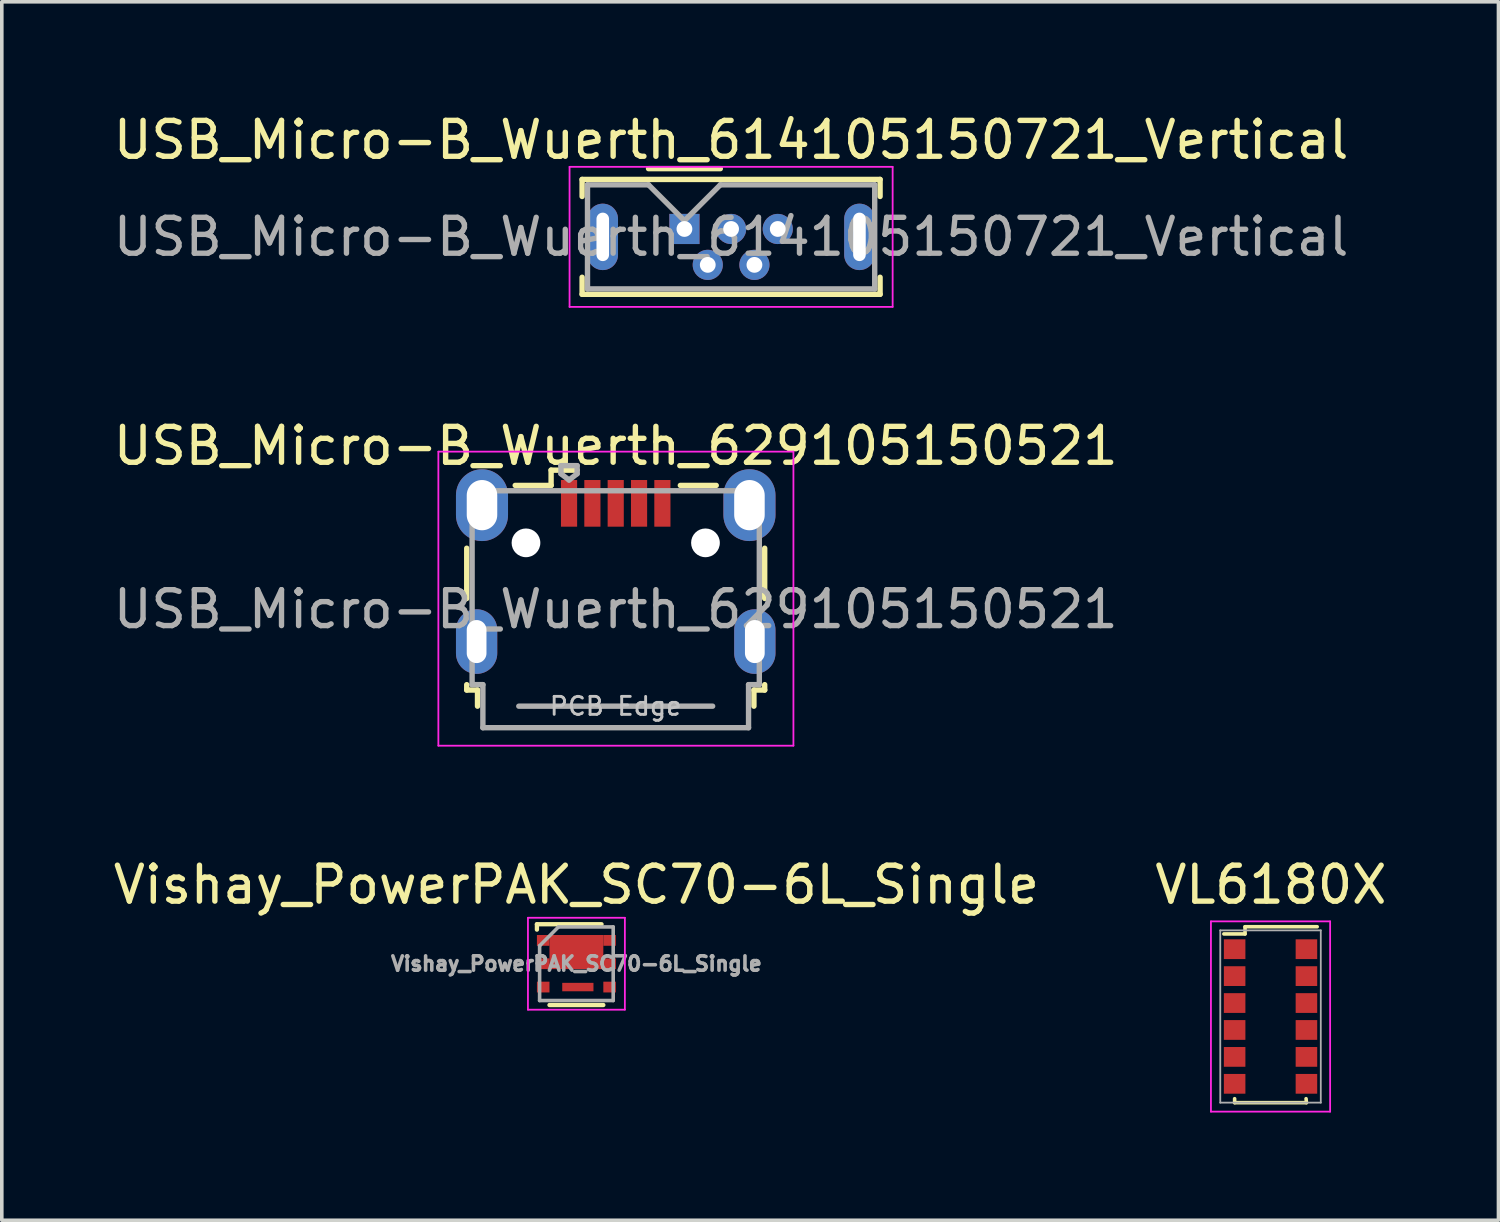
<source format=kicad_pcb>
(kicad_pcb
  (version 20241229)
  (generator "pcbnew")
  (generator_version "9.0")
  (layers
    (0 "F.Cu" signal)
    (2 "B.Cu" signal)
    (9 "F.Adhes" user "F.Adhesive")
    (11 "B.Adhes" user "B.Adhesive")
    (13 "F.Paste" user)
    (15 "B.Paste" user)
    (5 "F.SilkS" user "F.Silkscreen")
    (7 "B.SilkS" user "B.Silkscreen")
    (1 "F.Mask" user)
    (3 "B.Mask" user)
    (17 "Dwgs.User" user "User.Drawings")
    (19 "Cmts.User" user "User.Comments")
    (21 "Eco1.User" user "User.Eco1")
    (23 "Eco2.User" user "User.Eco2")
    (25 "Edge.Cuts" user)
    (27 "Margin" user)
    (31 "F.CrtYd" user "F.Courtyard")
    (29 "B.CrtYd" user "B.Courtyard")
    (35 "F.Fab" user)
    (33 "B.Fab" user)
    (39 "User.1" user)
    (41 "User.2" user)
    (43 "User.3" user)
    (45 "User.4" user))
  (footprint "USB_Micro-B_Wuerth_614105150721_Vertical"
    (layer "F.Cu")
    (at 16.015 3.328)
    (property "Reference" "USB_Micro-B_Wuerth_614105150721_Vertical" (at 1.3 -2.48 0) (layer "F.SilkS") (effects (font (size 1 1) (thickness 0.15))))
    (attr through_hole)
    (fp_line (start -2.85 -1.38) (end 5.45 -1.38) (stroke (width 0.15) (type solid)) (layer "F.SilkS"))
    (fp_line (start -2.85 -0.905) (end -2.85 -1.38) (stroke (width 0.15) (type solid)) (layer "F.SilkS"))
    (fp_line (start -2.85 1.345) (end -2.85 1.82) (stroke (width 0.15) (type solid)) (layer "F.SilkS"))
    (fp_line (start -2.85 1.82) (end 5.45 1.82) (stroke (width 0.15) (type solid)) (layer "F.SilkS"))
    (fp_line (start -1 -1.68) (end 1 -1.68) (stroke (width 0.15) (type solid)) (layer "F.SilkS"))
    (fp_line (start 5.45 -1.38) (end 5.45 -0.905) (stroke (width 0.15) (type solid)) (layer "F.SilkS"))
    (fp_line (start 5.45 1.82) (end 5.45 1.345) (stroke (width 0.15) (type solid)) (layer "F.SilkS"))
    (fp_line (start -3.2 -1.73) (end -3.2 2.17) (stroke (width 0.05) (type solid)) (layer "F.CrtYd"))
    (fp_line (start -3.2 2.17) (end 5.8 2.17) (stroke (width 0.05) (type solid)) (layer "F.CrtYd"))
    (fp_line (start 5.8 -1.73) (end -3.2 -1.73) (stroke (width 0.05) (type solid)) (layer "F.CrtYd"))
    (fp_line (start 5.8 2.17) (end 5.8 -1.73) (stroke (width 0.05) (type solid)) (layer "F.CrtYd"))
    (fp_line (start -2.7 -1.23) (end -1 -1.23) (stroke (width 0.15) (type solid)) (layer "F.Fab"))
    (fp_line (start -2.7 1.67) (end -2.7 -1.23) (stroke (width 0.15) (type solid)) (layer "F.Fab"))
    (fp_line (start -1 -1.23) (end 0 -0.23) (stroke (width 0.15) (type solid)) (layer "F.Fab"))
    (fp_line (start 0 -0.23) (end 1 -1.23) (stroke (width 0.15) (type solid)) (layer "F.Fab"))
    (fp_line (start 1 -1.23) (end 5.3 -1.23) (stroke (width 0.15) (type solid)) (layer "F.Fab"))
    (fp_line (start 5.3 -1.23) (end 5.3 1.67) (stroke (width 0.15) (type solid)) (layer "F.Fab"))
    (fp_line (start 5.3 1.67) (end -2.7 1.67) (stroke (width 0.15) (type solid)) (layer "F.Fab"))
    (fp_text user "${REFERENCE}" (at 1.3 0.22 0) (layer "F.Fab") (effects (font (size 1 1) (thickness 0.15))))
    (pad "1" thru_hole rect (at 0 0) (size 0.84 0.84) (drill 0.44) (layers "*.Cu" "*.Mask"))
    (pad "2" thru_hole circle (at 0.65 1) (size 0.84 0.84) (drill 0.44) (layers "*.Cu" "*.Mask"))
    (pad "3" thru_hole circle (at 1.3 0) (size 0.84 0.84) (drill 0.44) (layers "*.Cu" "*.Mask"))
    (pad "4" thru_hole circle (at 1.95 1) (size 0.84 0.84) (drill 0.44) (layers "*.Cu" "*.Mask"))
    (pad "5" thru_hole circle (at 2.6 0) (size 0.84 0.84) (drill 0.44) (layers "*.Cu" "*.Mask"))
    (pad "6" thru_hole oval (at -2.275 0.22) (size 0.85 1.85) (drill oval 0.35 1.35) (layers "*.Cu" "*.Mask"))
    (pad "6" thru_hole oval (at 4.875 0.22) (size 0.85 1.85) (drill oval 0.35 1.35) (layers "*.Cu" "*.Mask")))
  (footprint "USB_Micro-B_Wuerth_629105150521"
    (layer "F.Cu")
    (at 14.101 12.871)
    (property "Reference" "USB_Micro-B_Wuerth_629105150521" (at 0 -3.5 0) (layer "F.SilkS") (effects (font (size 1 1) (thickness 0.15))))
    (attr smd)
    (fp_line (start -4.15 -0.65) (end -4.15 0.75) (stroke (width 0.15) (type solid)) (layer "F.SilkS"))
    (fp_line (start -4.15 3.15) (end -4.15 3.3) (stroke (width 0.15) (type solid)) (layer "F.SilkS"))
    (fp_line (start -4.15 3.3) (end -3.85 3.3) (stroke (width 0.15) (type solid)) (layer "F.SilkS"))
    (fp_line (start -3.85 3.3) (end -3.85 3.75) (stroke (width 0.15) (type solid)) (layer "F.SilkS"))
    (fp_line (start -1.8 -2.825) (end -1.8 -2.4) (stroke (width 0.15) (type solid)) (layer "F.SilkS"))
    (fp_line (start -1.8 -2.4) (end -2.8 -2.4) (stroke (width 0.15) (type solid)) (layer "F.SilkS"))
    (fp_line (start -1.075 -2.825) (end -1.8 -2.825) (stroke (width 0.15) (type solid)) (layer "F.SilkS"))
    (fp_line (start 1.8 -2.4) (end 2.8 -2.4) (stroke (width 0.15) (type solid)) (layer "F.SilkS"))
    (fp_line (start 3.85 3.3) (end 4.15 3.3) (stroke (width 0.15) (type solid)) (layer "F.SilkS"))
    (fp_line (start 3.85 3.75) (end 3.85 3.3) (stroke (width 0.15) (type solid)) (layer "F.SilkS"))
    (fp_line (start 4.15 0.75) (end 4.15 -0.65) (stroke (width 0.15) (type solid)) (layer "F.SilkS"))
    (fp_line (start 4.15 3.3) (end 4.15 3.15) (stroke (width 0.15) (type solid)) (layer "F.SilkS"))
    (fp_line (start -4.94 -3.34) (end -4.94 4.85) (stroke (width 0.05) (type solid)) (layer "F.CrtYd"))
    (fp_line (start -4.94 4.85) (end 4.95 4.85) (stroke (width 0.05) (type solid)) (layer "F.CrtYd"))
    (fp_line (start 4.95 -3.34) (end -4.94 -3.34) (stroke (width 0.05) (type solid)) (layer "F.CrtYd"))
    (fp_line (start 4.95 4.85) (end 4.95 -3.34) (stroke (width 0.05) (type solid)) (layer "F.CrtYd"))
    (fp_line (start -4 -2.25) (end -4 3.15) (stroke (width 0.15) (type solid)) (layer "F.Fab"))
    (fp_line (start -4 3.15) (end -3.7 3.15) (stroke (width 0.15) (type solid)) (layer "F.Fab"))
    (fp_line (start -3.7 3.15) (end -3.7 4.35) (stroke (width 0.15) (type solid)) (layer "F.Fab"))
    (fp_line (start -3.7 4.35) (end 3.7 4.35) (stroke (width 0.15) (type solid)) (layer "F.Fab"))
    (fp_line (start -2.7 3.75) (end 2.7 3.75) (stroke (width 0.15) (type solid)) (layer "F.Fab"))
    (fp_line (start -1.525 -2.95) (end -1.075 -2.95) (stroke (width 0.15) (type solid)) (layer "F.Fab"))
    (fp_line (start -1.525 -2.725) (end -1.525 -2.95) (stroke (width 0.15) (type solid)) (layer "F.Fab"))
    (fp_line (start -1.3 -2.55) (end -1.525 -2.725) (stroke (width 0.15) (type solid)) (layer "F.Fab"))
    (fp_line (start -1.075 -2.95) (end -1.075 -2.725) (stroke (width 0.15) (type solid)) (layer "F.Fab"))
    (fp_line (start -1.075 -2.725) (end -1.3 -2.55) (stroke (width 0.15) (type solid)) (layer "F.Fab"))
    (fp_line (start 3.7 3.15) (end 4 3.15) (stroke (width 0.15) (type solid)) (layer "F.Fab"))
    (fp_line (start 3.7 4.35) (end 3.7 3.15) (stroke (width 0.15) (type solid)) (layer "F.Fab"))
    (fp_line (start 4 -2.25) (end -4 -2.25) (stroke (width 0.15) (type solid)) (layer "F.Fab"))
    (fp_line (start 4 3.15) (end 4 -2.25) (stroke (width 0.15) (type solid)) (layer "F.Fab"))
    (fp_text user "PCB Edge" (at 0 3.75 0) (layer "Dwgs.User") (effects (font (size 0.5 0.5) (thickness 0.08))))
    (fp_text user "${REFERENCE}" (at 0 1.05 0) (layer "F.Fab") (effects (font (size 1 1) (thickness 0.15))))
    (pad "" np_thru_hole oval (at -2.5 -0.8) (size 0.8 0.8) (drill 0.8) (layers "*.Cu" "*.Mask"))
    (pad "" np_thru_hole oval (at 2.5 -0.8) (size 0.8 0.8) (drill 0.8) (layers "*.Cu" "*.Mask"))
    (pad "1" smd rect (at -1.3 -1.9) (size 0.45 1.3) (layers "F.Cu" "F.Mask" "F.Paste"))
    (pad "2" smd rect (at -0.65 -1.9) (size 0.45 1.3) (layers "F.Cu" "F.Mask" "F.Paste"))
    (pad "3" smd rect (at 0 -1.9) (size 0.45 1.3) (layers "F.Cu" "F.Mask" "F.Paste"))
    (pad "4" smd rect (at 0.65 -1.9) (size 0.45 1.3) (layers "F.Cu" "F.Mask" "F.Paste"))
    (pad "5" smd rect (at 1.3 -1.9) (size 0.45 1.3) (layers "F.Cu" "F.Mask" "F.Paste"))
    (pad "6" thru_hole oval (at -3.875 1.95) (size 1.15 1.8) (drill oval 0.55 1.2) (layers "*.Cu" "*.Mask"))
    (pad "6" thru_hole oval (at -3.725 -1.85) (size 1.45 2) (drill oval 0.85 1.4) (layers "*.Cu" "*.Mask"))
    (pad "6" thru_hole oval (at 3.725 -1.85) (size 1.45 2) (drill oval 0.85 1.4) (layers "*.Cu" "*.Mask"))
    (pad "6" thru_hole oval (at 3.875 1.95) (size 1.15 1.8) (drill oval 0.55 1.2) (layers "*.Cu" "*.Mask")))
  (footprint "Vishay_PowerPAK_SC70-6L_Single"
    (layer "F.Cu")
    (at 13.006 23.795)
    (property "Reference" "Vishay_PowerPAK_SC70-6L_Single" (at 0 -2.2 0) (layer "F.SilkS") (effects (font (size 1 1) (thickness 0.15))))
    (attr smd)
    (fp_line (start -1.1 -1.1) (end -1.1 -0.95) (stroke (width 0.12) (type solid)) (layer "F.SilkS"))
    (fp_line (start -1.1 -1.1) (end 0.7 -1.1) (stroke (width 0.12) (type solid)) (layer "F.SilkS"))
    (fp_line (start 0.75 1.15) (end -0.75 1.15) (stroke (width 0.12) (type solid)) (layer "F.SilkS"))
    (fp_line (start -1.35 -1.28) (end 1.35 -1.28) (stroke (width 0.05) (type solid)) (layer "F.CrtYd"))
    (fp_line (start -1.35 1.28) (end -1.35 -1.28) (stroke (width 0.05) (type solid)) (layer "F.CrtYd"))
    (fp_line (start 1.35 -1.28) (end 1.35 1.28) (stroke (width 0.05) (type solid)) (layer "F.CrtYd"))
    (fp_line (start 1.35 1.28) (end -1.35 1.28) (stroke (width 0.05) (type solid)) (layer "F.CrtYd"))
    (fp_line (start -1.025 -0.5) (end -0.5 -1.025) (stroke (width 0.1) (type solid)) (layer "F.Fab"))
    (fp_line (start -1.025 1.025) (end -1.025 -0.5) (stroke (width 0.1) (type solid)) (layer "F.Fab"))
    (fp_line (start -0.5 -1.025) (end 1.025 -1.025) (stroke (width 0.1) (type solid)) (layer "F.Fab"))
    (fp_line (start 1.025 -1.025) (end 1.025 1.025) (stroke (width 0.1) (type solid)) (layer "F.Fab"))
    (fp_line (start 1.025 1.025) (end -1.025 1.025) (stroke (width 0.1) (type solid)) (layer "F.Fab"))
    (fp_text user "${REFERENCE}" (at 0 0 0) (layer "F.Fab") (effects (font (size 0.4 0.4) (thickness 0.1))))
    (pad "" smd rect (at -0.35 -0.325) (size 0.6 0.8) (layers "F.Cu" "F.Paste"))
    (pad "" smd rect (at 0.35 -0.325) (size 0.6 0.8) (layers "F.Cu" "F.Paste"))
    (pad "1" smd rect (at -0.925 -0.65) (size 0.35 0.3) (layers "F.Cu" "F.Mask" "F.Paste"))
    (pad "1" smd rect (at -0.925 0) (size 0.35 0.3) (layers "F.Cu" "F.Mask" "F.Paste"))
    (pad "1" smd rect (at 0 -0.325) (size 1.5 0.95) (layers "F.Cu" "F.Mask"))
    (pad "1" smd rect (at 0.925 -0.65) (size 0.35 0.3) (layers "F.Cu" "F.Mask" "F.Paste"))
    (pad "1" smd rect (at 0.925 0) (size 0.35 0.3) (layers "F.Cu" "F.Mask" "F.Paste"))
    (pad "3" smd rect (at -0.925 0.65) (size 0.35 0.3) (layers "F.Cu" "F.Mask" "F.Paste"))
    (pad "4" smd rect (at 0.04 0.65) (size 0.87 0.235) (layers "F.Cu" "F.Mask" "F.Paste"))
    (pad "4" smd rect (at 0.925 0.65) (size 0.35 0.3) (layers "F.Cu" "F.Mask" "F.Paste")))
  (footprint "VL6180X"
    (layer "F.Cu")
    (at 32.341 25.265)
    (property "Reference" "VL6180X" (at 0.01 -3.67 0) (layer "F.SilkS") (effects (font (size 1 1) (thickness 0.15))))
    (attr through_hole)
    (fp_line (start -1.3 -2.3) (end -0.71 -2.3) (stroke (width 0.1) (type solid)) (layer "F.SilkS"))
    (fp_line (start -1 2.29) (end -1 2.4) (stroke (width 0.1) (type solid)) (layer "F.SilkS"))
    (fp_line (start -1 2.4) (end 1 2.4) (stroke (width 0.1) (type solid)) (layer "F.SilkS"))
    (fp_line (start -0.71 -2.5) (end 1.3 -2.5) (stroke (width 0.1) (type solid)) (layer "F.SilkS"))
    (fp_line (start -0.71 -2.3) (end -0.71 -2.5) (stroke (width 0.1) (type solid)) (layer "F.SilkS"))
    (fp_line (start 1 2.4) (end 0.99 2.29) (stroke (width 0.1) (type solid)) (layer "F.SilkS"))
    (fp_line (start -1.66 -2.65) (end -1.66 2.65) (stroke (width 0.05) (type solid)) (layer "F.CrtYd"))
    (fp_line (start -1.66 2.65) (end 1.66 2.65) (stroke (width 0.05) (type solid)) (layer "F.CrtYd"))
    (fp_line (start 1.66 -2.65) (end -1.66 -2.65) (stroke (width 0.05) (type solid)) (layer "F.CrtYd"))
    (fp_line (start 1.66 2.65) (end 1.66 -2.65) (stroke (width 0.05) (type solid)) (layer "F.CrtYd"))
    (fp_line (start -1.4 -2.4) (end 1.4 -2.4) (stroke (width 0.05) (type solid)) (layer "F.Fab"))
    (fp_line (start -1.4 2.4) (end -1.4 -2.4) (stroke (width 0.05) (type solid)) (layer "F.Fab"))
    (fp_line (start 1.4 -2.4) (end 1.4 2.4) (stroke (width 0.05) (type solid)) (layer "F.Fab"))
    (fp_line (start 1.4 2.4) (end -1.4 2.4) (stroke (width 0.05) (type solid)) (layer "F.Fab"))
    (pad "1" smd rect (at -1 -1.875) (size 0.6 0.55) (layers "F.Cu" "F.Mask" "F.Paste"))
    (pad "2" smd rect (at -1 -1.125) (size 0.6 0.55) (layers "F.Cu" "F.Mask" "F.Paste"))
    (pad "3" smd rect (at -1 -0.375) (size 0.6 0.55) (layers "F.Cu" "F.Mask" "F.Paste"))
    (pad "4" smd rect (at -1 0.375) (size 0.6 0.55) (layers "F.Cu" "F.Mask" "F.Paste"))
    (pad "5" smd rect (at -1 1.125) (size 0.6 0.55) (layers "F.Cu" "F.Mask" "F.Paste"))
    (pad "6" smd rect (at -1 1.875) (size 0.6 0.55) (layers "F.Cu" "F.Mask" "F.Paste"))
    (pad "7" smd rect (at 1 1.875) (size 0.6 0.55) (layers "F.Cu" "F.Mask" "F.Paste"))
    (pad "8" smd rect (at 1 1.125) (size 0.6 0.55) (layers "F.Cu" "F.Mask" "F.Paste"))
    (pad "9" smd rect (at 1 0.375) (size 0.6 0.55) (layers "F.Cu" "F.Mask" "F.Paste"))
    (pad "10" smd rect (at 1 -0.375) (size 0.6 0.55) (layers "F.Cu" "F.Mask" "F.Paste"))
    (pad "11" smd rect (at 1 -1.125) (size 0.6 0.55) (layers "F.Cu" "F.Mask" "F.Paste"))
    (pad "12" smd rect (at 1 -1.875) (size 0.6 0.55) (layers "F.Cu" "F.Mask" "F.Paste")))
  (gr_rect
    (start -3 -3)
    (end 38.69 30.94)
    (stroke (width 0.1) (type default))
    (fill no)
    (layer "Edge.Cuts")))
</source>
